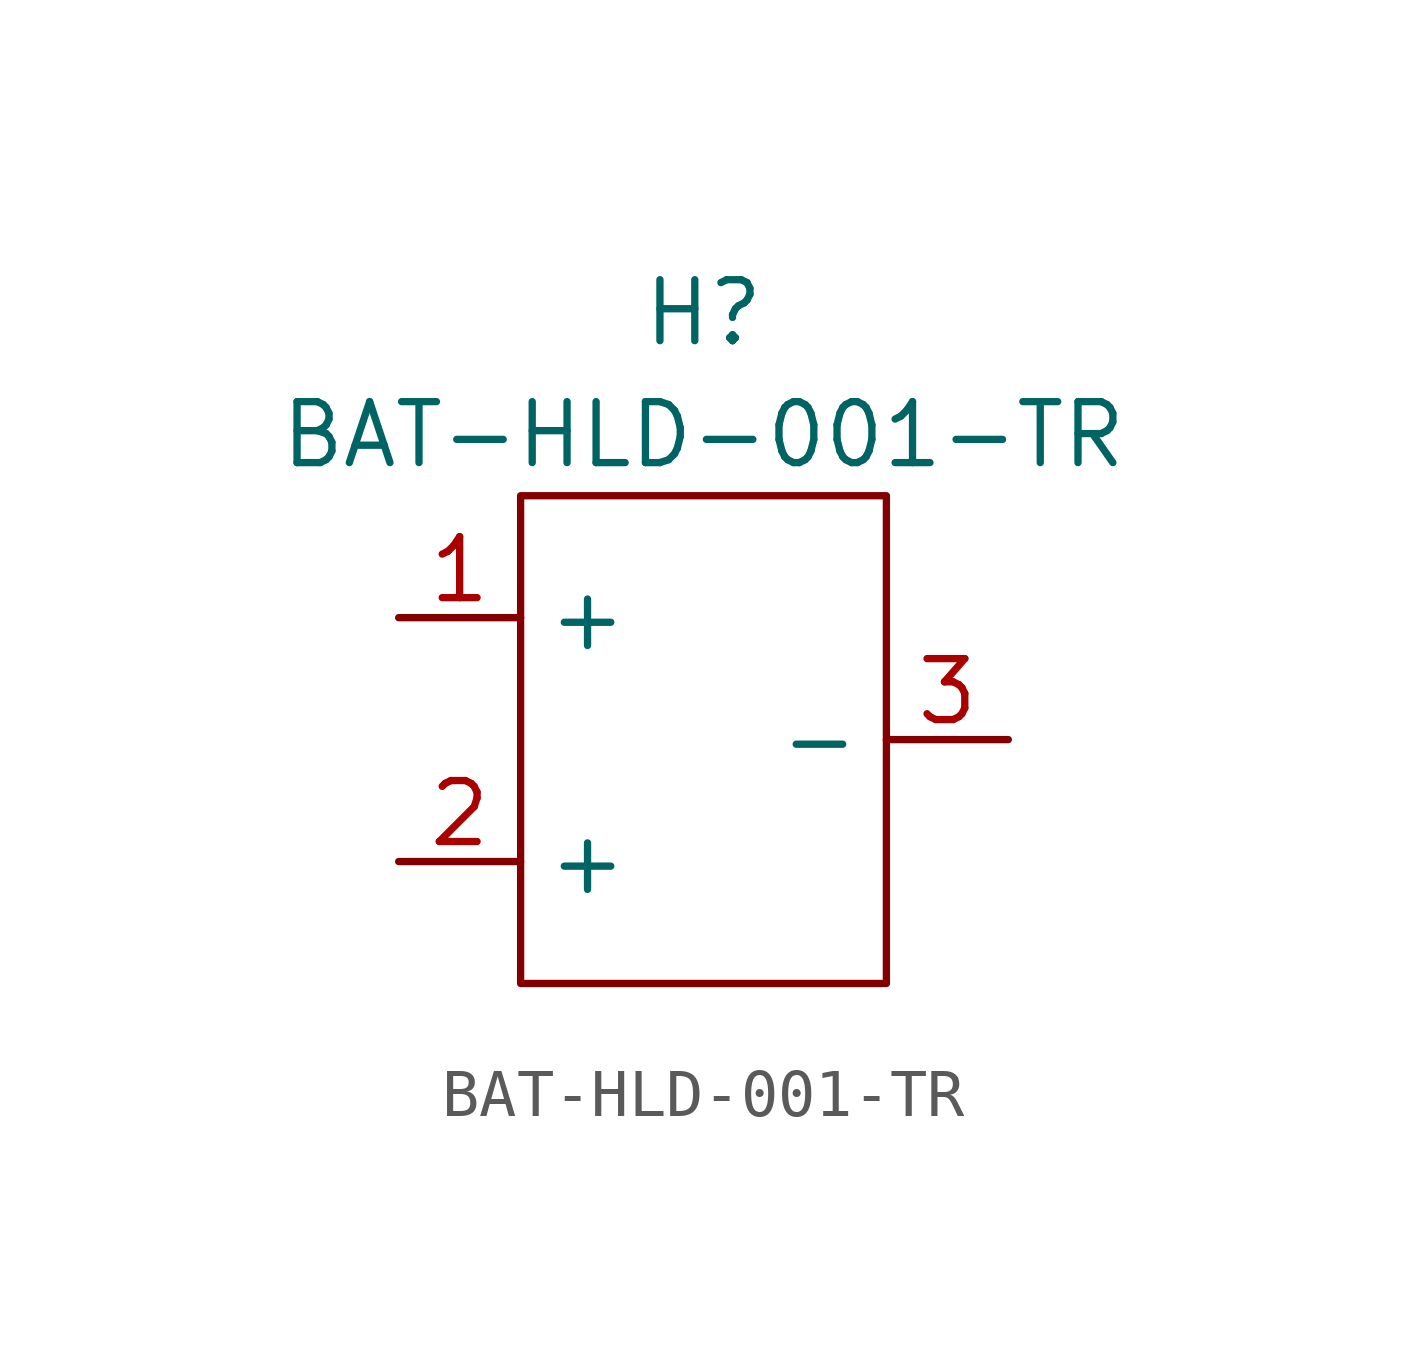
<source format=kicad_sym>
(kicad_symbol_lib
  (version 20241209)
  (generator "kicad_symbol_editor")
  (generator_version "9.0")
  (symbol "BAT-HLD-001-TR"
    (property "Reference" "H"
      (at 0 0 0)
      (effects (font (size 1.27 1.27))))
    (property "Value" "BAT-HLD-001-TR"
      (at 0 -2.54 0)
      (effects (font (size 1.27 1.27))))
    (symbol "BAT-HLD-001-TR_0_1"
      (rectangle (start -3.81 -3.81) (end 3.81 -13.97) (stroke (width 0) (type default)) (fill (type none))))
    (symbol "BAT-HLD-001-TR_1_1"
      (pin power_out line (at -6.35 -6.35 0) (length 2.54) (name "+" (effects (font (size 1.27 1.27)))) (number "1" (effects (font (size 1.27 1.27)))))
      (pin power_out line (at -6.35 -11.43 0) (length 2.54) (name "+" (effects (font (size 1.27 1.27)))) (number "2" (effects (font (size 1.27 1.27)))))
      (pin power_out line (at 6.35 -8.89 180) (length 2.54) (name "-" (effects (font (size 1.27 1.27)))) (number "3" (effects (font (size 1.27 1.27))))))))
</source>
